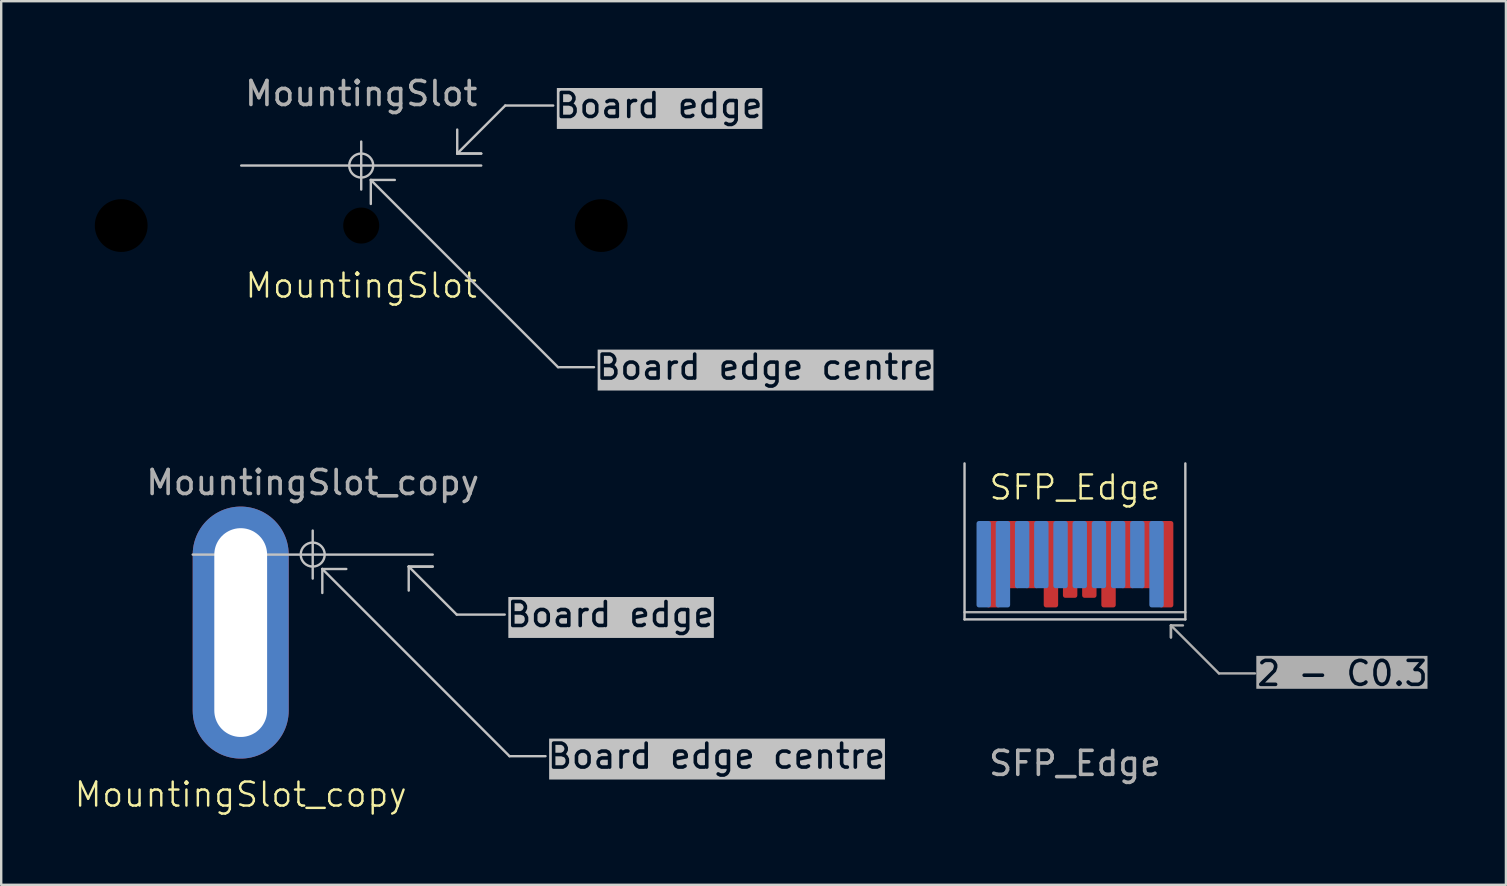
<source format=kicad_pcb>
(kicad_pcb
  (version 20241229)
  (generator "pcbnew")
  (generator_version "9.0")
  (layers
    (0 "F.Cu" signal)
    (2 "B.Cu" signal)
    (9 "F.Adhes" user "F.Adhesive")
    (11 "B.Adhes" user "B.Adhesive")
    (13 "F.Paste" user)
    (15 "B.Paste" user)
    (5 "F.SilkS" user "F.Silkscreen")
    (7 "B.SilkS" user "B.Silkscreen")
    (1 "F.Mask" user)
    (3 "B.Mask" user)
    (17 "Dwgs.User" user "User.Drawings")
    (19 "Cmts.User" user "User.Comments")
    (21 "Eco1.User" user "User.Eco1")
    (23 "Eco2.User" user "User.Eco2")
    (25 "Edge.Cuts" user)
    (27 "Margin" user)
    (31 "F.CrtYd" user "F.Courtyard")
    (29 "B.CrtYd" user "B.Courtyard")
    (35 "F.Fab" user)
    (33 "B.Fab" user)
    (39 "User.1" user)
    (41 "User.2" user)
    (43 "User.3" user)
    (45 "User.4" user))
  (footprint "MountingSlot_copy"
    (layer "F.Cu")
    (at 9.979 20.056)
    (property "Reference" "MountingSlot_copy" (at -3 10 0) (unlocked yes) (layer "F.SilkS") (effects (font (size 1 1) (thickness 0.1))))
    (attr smd exclude_from_pos_files exclude_from_bom dnp)
    (fp_line (start -5 0) (end 5 0) (stroke (width 0.1) (type default)) (layer "Dwgs.User"))
    (fp_line (start 0 -1) (end 0 1) (stroke (width 0.1) (type default)) (layer "Dwgs.User"))
    (fp_line (start 0.4 0.6) (end 0.4 1.6) (stroke (width 0.1) (type default)) (layer "Dwgs.User"))
    (fp_line (start 0.4 0.6) (end 1.4 0.6) (stroke (width 0.1) (type default)) (layer "Dwgs.User"))
    (fp_line (start 0.4 0.6) (end 8.2 8.4) (stroke (width 0.1) (type default)) (layer "Dwgs.User"))
    (fp_line (start 4 0.5) (end 4 1.5) (stroke (width 0.1) (type default)) (layer "Dwgs.User"))
    (fp_line (start 4 0.5) (end 5 0.5) (stroke (width 0.1) (type default)) (layer "Dwgs.User"))
    (fp_line (start 4 0.5) (end 6 2.5) (stroke (width 0.1) (type default)) (layer "Dwgs.User"))
    (fp_line (start 5 0.5) (end 4 0.5) (stroke (width 0.1) (type default)) (layer "Dwgs.User"))
    (fp_line (start 6 2.5) (end 8 2.5) (stroke (width 0.1) (type default)) (layer "Dwgs.User"))
    (fp_line (start 8.2 8.4) (end 9.7 8.4) (stroke (width 0.1) (type default)) (layer "Dwgs.User"))
    (fp_circle (center 0 0) (end 0.5 0) (stroke (width 0.1) (type default)) (fill no) (layer "Dwgs.User"))
    (fp_text user "Board edge centre" (at 9.7 8.4 0) (unlocked yes) (layer "Dwgs.User" knockout) (effects (font (size 1 1) (thickness 0.15)) (justify left)))
    (fp_text user "Board edge" (at 8 2.5 0) (unlocked yes) (layer "Dwgs.User" knockout) (effects (font (size 1 1) (thickness 0.15)) (justify left)))
    (fp_text user "${REFERENCE}" (at 0 -3 0) (unlocked yes) (layer "F.Fab") (effects (font (size 1 1) (thickness 0.15))))
    (pad "1" thru_hole oval (at -3 3.25) (size 4 10.5) (drill oval 2.2 8.7) (layers "*.Cu" "*.Mask")))
  (footprint "MountingSlot"
    (layer "F.Cu")
    (at 12 3.848)
    (property "Reference" "MountingSlot" (at 0 5 0) (unlocked yes) (layer "F.SilkS") (effects (font (size 1 1) (thickness 0.1))))
    (attr smd exclude_from_pos_files exclude_from_bom dnp)
    (fp_line (start -5 0) (end 5 0) (stroke (width 0.1) (type default)) (layer "Dwgs.User"))
    (fp_line (start 0 -1) (end 0 1) (stroke (width 0.1) (type default)) (layer "Dwgs.User"))
    (fp_line (start 0.4 0.6) (end 0.4 1.6) (stroke (width 0.1) (type default)) (layer "Dwgs.User"))
    (fp_line (start 0.4 0.6) (end 1.4 0.6) (stroke (width 0.1) (type default)) (layer "Dwgs.User"))
    (fp_line (start 0.4 0.6) (end 8.2 8.4) (stroke (width 0.1) (type default)) (layer "Dwgs.User"))
    (fp_line (start 4 -0.5) (end 4 -1.5) (stroke (width 0.1) (type default)) (layer "Dwgs.User"))
    (fp_line (start 4 -0.5) (end 5 -0.5) (stroke (width 0.1) (type default)) (layer "Dwgs.User"))
    (fp_line (start 4 -0.5) (end 6 -2.5) (stroke (width 0.1) (type default)) (layer "Dwgs.User"))
    (fp_line (start 5 -0.5) (end 4 -0.5) (stroke (width 0.1) (type default)) (layer "Dwgs.User"))
    (fp_line (start 6 -2.5) (end 8 -2.5) (stroke (width 0.1) (type default)) (layer "Dwgs.User"))
    (fp_line (start 8.2 8.4) (end 9.7 8.4) (stroke (width 0.1) (type default)) (layer "Dwgs.User"))
    (fp_circle (center 0 0) (end 0.5 0) (stroke (width 0.1) (type default)) (fill no) (layer "Dwgs.User"))
    (fp_text user "Board edge" (at 8 -2.5 0) (unlocked yes) (layer "Dwgs.User" knockout) (effects (font (size 1 1) (thickness 0.15)) (justify left)))
    (fp_text user "Board edge centre" (at 9.7 8.4 0) (unlocked yes) (layer "Dwgs.User" knockout) (effects (font (size 1 1) (thickness 0.15)) (justify left)))
    (fp_text user "${REFERENCE}" (at 0 -3 0) (unlocked yes) (layer "F.Fab") (effects (font (size 1 1) (thickness 0.15))))
    (pad "" np_thru_hole circle (at -10 2.5 90) (size 4 4) (drill 2.2) (layers "*.Mask"))
    (pad "" np_thru_hole circle (at 0 2.5 90) (size 2 2) (drill 1.5) (layers "*.Mask"))
    (pad "" np_thru_hole circle (at 10 2.5 90) (size 4 4) (drill 2.2) (layers "*.Mask")))
  (footprint "SFP_Edge"
    (layer "F.Cu")
    (at 41.737 22.758)
    (property "Reference" "SFP_Edge" (at 0 -5.5 0) (unlocked yes) (layer "F.SilkS") (effects (font (size 1 1) (thickness 0.1))))
    (attr smd board_only exclude_from_pos_files exclude_from_bom dnp)
    (fp_line (start -4.6 0) (end -4.6 -6.5) (stroke (width 0.1) (type default)) (layer "Dwgs.User"))
    (fp_line (start -4.6 0) (end 4.6 0) (stroke (width 0.1) (type default)) (layer "Dwgs.User"))
    (fp_line (start 4.6 0) (end 4.6 -6.5) (stroke (width 0.1) (type default)) (layer "Dwgs.User"))
    (fp_line (start -4.6 -0.3) (end 4.6 -0.3) (stroke (width 0.1) (type default)) (layer "F.Fab"))
    (fp_line (start 4 0.25) (end 4 0.75) (stroke (width 0.1) (type default)) (layer "F.Fab"))
    (fp_line (start 4 0.25) (end 6 2.25) (stroke (width 0.1) (type default)) (layer "F.Fab"))
    (fp_line (start 4 0.75) (end 4 0.25) (stroke (width 0.1) (type default)) (layer "F.Fab"))
    (fp_line (start 4.5 0.25) (end 4 0.25) (stroke (width 0.1) (type default)) (layer "F.Fab"))
    (fp_line (start 6 2.25) (end 7.5 2.25) (stroke (width 0.1) (type default)) (layer "F.Fab"))
    (fp_text user "${REFERENCE}" (at 0 6 0) (unlocked yes) (layer "F.Fab") (effects (font (size 1 1) (thickness 0.15))))
    (fp_text user "2 - C0.3" (at 7.5 2.25 0) (unlocked yes) (layer "F.Fab" knockout) (effects (font (size 1 1) (thickness 0.15)) (justify left)))
    (pad "1" connect roundrect (at 3.4 -0.5) (size 0.6 3.6) (drill (offset 0 -1.8)) (layers "B.Cu" "B.Mask") (roundrect_rratio 0.167))
    (pad "2" connect roundrect (at 2.6 -1.3) (size 0.6 2.8) (drill (offset 0 -1.4)) (layers "B.Cu" "B.Mask") (roundrect_rratio 0.167))
    (pad "3" connect roundrect (at 1.8 -1.3) (size 0.6 2.8) (drill (offset 0 -1.4)) (layers "B.Cu" "B.Mask") (roundrect_rratio 0.167))
    (pad "4" connect roundrect (at 1 -1.3) (size 0.6 2.8) (drill (offset 0 -1.4)) (layers "B.Cu" "B.Mask") (roundrect_rratio 0.167))
    (pad "5" connect roundrect (at 0.2 -1.3) (size 0.6 2.8) (drill (offset 0 -1.4)) (layers "B.Cu" "B.Mask") (roundrect_rratio 0.167))
    (pad "6" connect roundrect (at -0.6 -1.3) (size 0.6 2.8) (drill (offset 0 -1.4)) (layers "B.Cu" "B.Mask") (roundrect_rratio 0.167))
    (pad "7" connect roundrect (at -1.4 -1.3) (size 0.6 2.8) (drill (offset 0 -1.4)) (layers "B.Cu" "B.Mask") (roundrect_rratio 0.167))
    (pad "8" connect roundrect (at -2.2 -1.3) (size 0.6 2.8) (drill (offset 0 -1.4)) (layers "B.Cu" "B.Mask") (roundrect_rratio 0.167))
    (pad "9" connect roundrect (at -3 -1.3) (size 0.6 3.6) (drill (offset 0 -1)) (layers "B.Cu" "B.Mask") (roundrect_rratio 0.167))
    (pad "10" connect roundrect (at -3.8 -0.5) (size 0.6 3.6) (drill (offset 0 -1.8)) (layers "B.Cu" "B.Mask") (roundrect_rratio 0.167))
    (pad "11" connect roundrect (at -3.4 -0.5) (size 0.6 3.6) (drill (offset 0 -1.8)) (layers "F.Cu" "F.Mask") (roundrect_rratio 0.167))
    (pad "12" connect roundrect (at -2.6 -1.3) (size 0.6 2.8) (drill (offset 0 -1.4)) (layers "F.Cu" "F.Mask") (roundrect_rratio 0.167))
    (pad "13" connect roundrect (at -1.8 -1.3) (size 0.6 2.8) (drill (offset 0 -1.4)) (layers "F.Cu" "F.Mask") (roundrect_rratio 0.167))
    (pad "14" connect roundrect (at -1 -0.5) (size 0.6 3.6) (drill (offset 0 -1.8)) (layers "F.Cu" "F.Mask") (roundrect_rratio 0.167))
    (pad "15" connect roundrect (at -0.2 -0.9) (size 0.6 3.2) (drill (offset 0 -1.6)) (layers "F.Cu" "F.Mask") (roundrect_rratio 0.167))
    (pad "16" connect roundrect (at 0.6 -0.9) (size 0.6 3.2) (drill (offset 0 -1.6)) (layers "F.Cu" "F.Mask") (roundrect_rratio 0.167))
    (pad "17" connect roundrect (at 1.4 -0.5) (size 0.6 3.6) (drill (offset 0 -1.8)) (layers "F.Cu" "F.Mask") (roundrect_rratio 0.167))
    (pad "18" connect roundrect (at 2.2 -1.3) (size 0.6 2.8) (drill (offset 0 -1.4)) (layers "F.Cu" "F.Mask") (roundrect_rratio 0.167))
    (pad "19" connect roundrect (at 3 -1.3) (size 0.6 2.8) (drill (offset 0 -1.4)) (layers "F.Cu" "F.Mask") (roundrect_rratio 0.167))
    (pad "20" connect roundrect (at 3.8 -0.5) (size 0.6 3.6) (drill (offset 0 -1.8)) (layers "F.Cu" "F.Mask") (roundrect_rratio 0.167))
    (zone (net_name "") (layers "F.Cu" "B.Cu" "F.SilkS" "B.SilkS" "F.Adhes" "B.Adhes" "F.Paste" "B.Paste") (name "connection_zone") (hatch edge 0.5) (connect_pads) (min_thickness 0.25) (filled_areas_thickness no) (keepout (tracks allowed) (vias not_allowed) (pads not_allowed) (copperpour not_allowed) (footprints not_allowed)) (placement (enabled no)) (fill) (polygon (pts (xy 46.337 22.758) (xy 37.137 22.758) (xy 37.137 18.758) (xy 46.337 18.758)))))
  (gr_rect
    (start -3 -3)
    (end 59.694 33.816)
    (stroke (width 0.1) (type default))
    (fill no)
    (layer "Edge.Cuts")))
</source>
